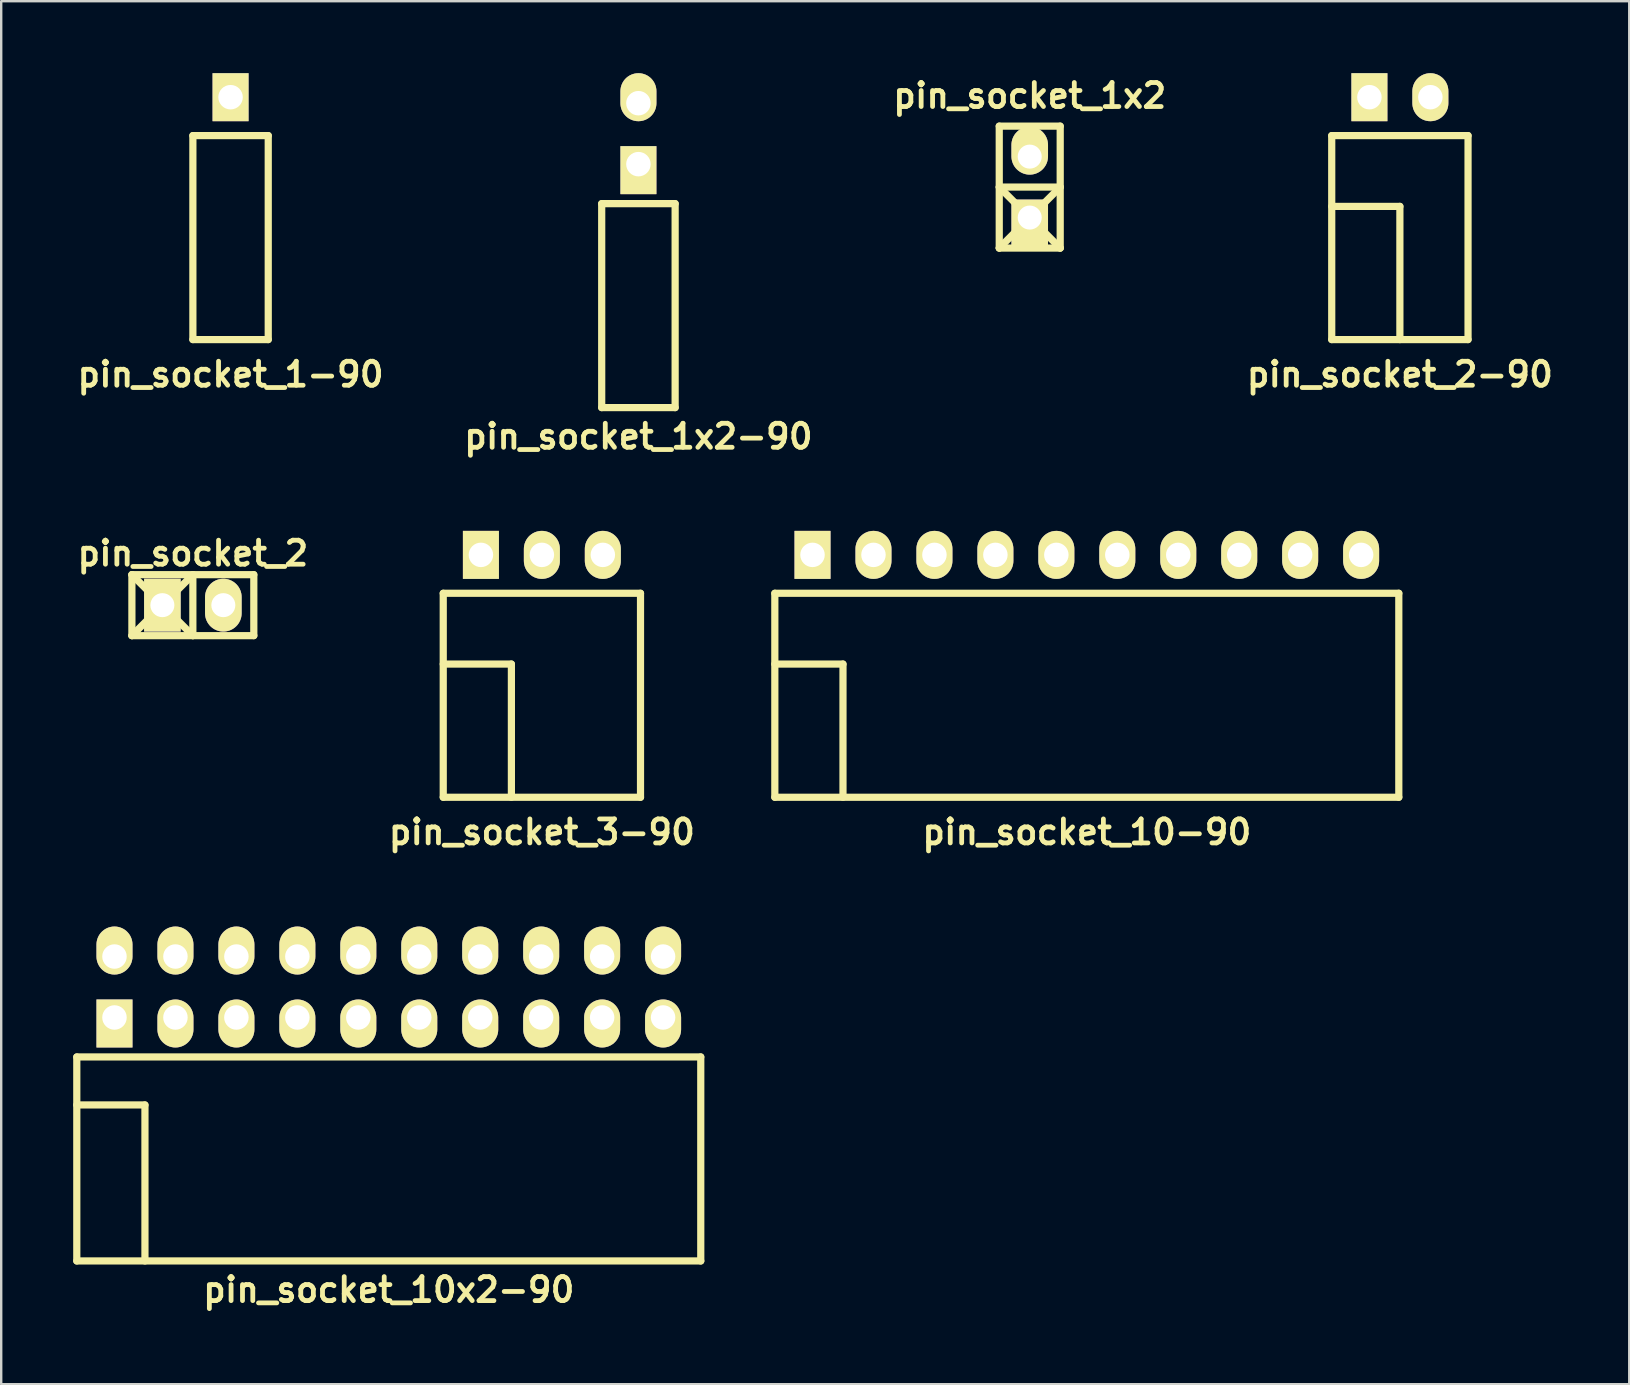
<source format=kicad_pcb>
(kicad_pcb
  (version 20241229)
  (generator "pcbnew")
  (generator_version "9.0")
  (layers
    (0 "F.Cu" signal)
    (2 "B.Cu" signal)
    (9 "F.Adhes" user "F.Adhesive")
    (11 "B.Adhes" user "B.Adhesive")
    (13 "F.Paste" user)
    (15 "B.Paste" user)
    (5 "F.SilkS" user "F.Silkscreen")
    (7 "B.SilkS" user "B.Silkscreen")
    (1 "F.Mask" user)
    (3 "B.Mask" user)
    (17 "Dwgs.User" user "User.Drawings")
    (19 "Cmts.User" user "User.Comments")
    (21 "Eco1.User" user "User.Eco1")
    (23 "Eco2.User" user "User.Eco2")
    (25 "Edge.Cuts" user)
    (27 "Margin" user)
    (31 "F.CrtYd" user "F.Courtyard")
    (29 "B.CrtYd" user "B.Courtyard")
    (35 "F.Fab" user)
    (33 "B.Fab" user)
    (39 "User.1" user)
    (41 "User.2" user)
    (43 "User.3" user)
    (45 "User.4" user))
  (footprint "pin_socket_2"
    (layer "F.Cu")
    (at 4.986 22.166)
    (property "Reference" "pin_socket_2" (at 0 -2.159 0) (layer "F.SilkS") (effects (font (size 1 1) (thickness 0.2))))
    (attr through_hole)
    (fp_line (start -2.54 -1.27) (end 2.54 -1.27) (stroke (width 0.3) (type solid)) (layer "F.SilkS"))
    (fp_line (start -2.54 1.27) (end -2.54 -1.27) (stroke (width 0.3) (type solid)) (layer "F.SilkS"))
    (fp_line (start -2.54 1.27) (end 0 -1.27) (stroke (width 0.3) (type solid)) (layer "F.SilkS"))
    (fp_line (start 0 -1.27) (end 0 1.27) (stroke (width 0.3) (type solid)) (layer "F.SilkS"))
    (fp_line (start 0 1.27) (end -2.54 -1.27) (stroke (width 0.3) (type solid)) (layer "F.SilkS"))
    (fp_line (start 2.54 -1.27) (end 2.54 1.27) (stroke (width 0.3) (type solid)) (layer "F.SilkS"))
    (fp_line (start 2.54 1.27) (end -2.54 1.27) (stroke (width 0.3) (type solid)) (layer "F.SilkS"))
    (pad "1" thru_hole rect (at -1.27 0) (size 1.524 2.2) (drill 1.001) (layers "*.Cu" "*.Mask" "F.SilkS"))
    (pad "2" thru_hole oval (at 1.27 0) (size 1.524 2.2) (drill 1.001) (layers "*.Cu" "*.Mask" "F.SilkS")))
  (footprint "pin_socket_1x2-90"
    (layer "F.Cu")
    (at 23.552 7.435)
    (property "Reference" "pin_socket_1x2-90" (at 0 7.7 0) (layer "F.SilkS") (effects (font (size 1 1) (thickness 0.2))))
    (attr through_hole)
    (fp_line (start -1.53 -2) (end -1.53 6.5) (stroke (width 0.3) (type solid)) (layer "F.SilkS"))
    (fp_line (start -1.53 -2) (end 1.53 -2) (stroke (width 0.3) (type solid)) (layer "F.SilkS"))
    (fp_line (start -1.53 6.5) (end 1.53 6.5) (stroke (width 0.3) (type solid)) (layer "F.SilkS"))
    (fp_line (start 1.53 -2) (end 1.53 6.5) (stroke (width 0.3) (type solid)) (layer "F.SilkS"))
    (pad "1" thru_hole rect (at 0 -3.645) (size 1.5 2) (drill 1.02 (offset 0 0.25)) (layers "*.Cu" "*.Mask" "F.SilkS"))
    (pad "2" thru_hole oval (at 0 -6.185) (size 1.5 2) (drill 1.02 (offset 0 -0.25)) (layers "*.Cu" "*.Mask" "F.SilkS")))
  (footprint "pin_socket_1-90"
    (layer "F.Cu")
    (at 6.557 5.55)
    (property "Reference" "pin_socket_1-90" (at 0 7 0) (layer "F.SilkS") (effects (font (size 1 1) (thickness 0.2))))
    (attr through_hole)
    (fp_line (start -1.57 -2.95) (end -1.57 5.55) (stroke (width 0.3) (type solid)) (layer "F.SilkS"))
    (fp_line (start -1.57 -2.95) (end 1.57 -2.95) (stroke (width 0.3) (type solid)) (layer "F.SilkS"))
    (fp_line (start -1.57 5.55) (end 1.57 5.55) (stroke (width 0.3) (type solid)) (layer "F.SilkS"))
    (fp_line (start 1.57 -2.95) (end 1.57 5.55) (stroke (width 0.3) (type solid)) (layer "F.SilkS"))
    (pad "1" thru_hole rect (at 0 -4.55) (size 1.5 2) (drill 1.02) (layers "*.Cu" "*.Mask" "F.SilkS")))
  (footprint "pin_socket_10x2-90"
    (layer "F.Cu")
    (at 13.15 42.992)
    (property "Reference" "pin_socket_10x2-90" (at 0 7.7 0) (layer "F.SilkS") (effects (font (size 1 1) (thickness 0.2))))
    (attr through_hole)
    (fp_line (start -13 -2) (end -13 6.5) (stroke (width 0.3) (type solid)) (layer "F.SilkS"))
    (fp_line (start -13 -2) (end 13 -2) (stroke (width 0.3) (type solid)) (layer "F.SilkS"))
    (fp_line (start -13 0) (end -10.16 0) (stroke (width 0.3) (type solid)) (layer "F.SilkS"))
    (fp_line (start -13 6.5) (end 13 6.5) (stroke (width 0.3) (type solid)) (layer "F.SilkS"))
    (fp_line (start -10.16 0) (end -10.16 6.5) (stroke (width 0.3) (type solid)) (layer "F.SilkS"))
    (fp_line (start 13 -2) (end 13 6.5) (stroke (width 0.3) (type solid)) (layer "F.SilkS"))
    (pad "1" thru_hole rect (at -11.43 -3.645) (size 1.5 2) (drill 1.02 (offset 0 0.25)) (layers "*.Cu" "*.Mask" "F.SilkS"))
    (pad "2" thru_hole oval (at -11.43 -6.185) (size 1.5 2) (drill 1.02 (offset 0 -0.25)) (layers "*.Cu" "*.Mask" "F.SilkS"))
    (pad "3" thru_hole oval (at -8.89 -3.645) (size 1.5 2) (drill 1.02 (offset 0 0.25)) (layers "*.Cu" "*.Mask" "F.SilkS"))
    (pad "4" thru_hole oval (at -8.89 -6.185) (size 1.5 2) (drill 1.02 (offset 0 -0.25)) (layers "*.Cu" "*.Mask" "F.SilkS"))
    (pad "5" thru_hole oval (at -6.35 -3.645) (size 1.5 2) (drill 1.02 (offset 0 0.25)) (layers "*.Cu" "*.Mask" "F.SilkS"))
    (pad "6" thru_hole oval (at -6.35 -6.185) (size 1.5 2) (drill 1.02 (offset 0 -0.25)) (layers "*.Cu" "*.Mask" "F.SilkS"))
    (pad "7" thru_hole oval (at -3.81 -3.645) (size 1.5 2) (drill 1.02 (offset 0 0.25)) (layers "*.Cu" "*.Mask" "F.SilkS"))
    (pad "8" thru_hole oval (at -3.81 -6.185) (size 1.5 2) (drill 1.02 (offset 0 -0.25)) (layers "*.Cu" "*.Mask" "F.SilkS"))
    (pad "9" thru_hole oval (at -1.27 -3.645) (size 1.5 2) (drill 1.02 (offset 0 0.25)) (layers "*.Cu" "*.Mask" "F.SilkS"))
    (pad "10" thru_hole oval (at -1.27 -6.185) (size 1.5 2) (drill 1.02 (offset 0 -0.25)) (layers "*.Cu" "*.Mask" "F.SilkS"))
    (pad "11" thru_hole oval (at 1.27 -3.645) (size 1.5 2) (drill 1.02 (offset 0 0.25)) (layers "*.Cu" "*.Mask" "F.SilkS"))
    (pad "12" thru_hole oval (at 1.27 -6.185) (size 1.5 2) (drill 1.02 (offset 0 -0.25)) (layers "*.Cu" "*.Mask" "F.SilkS"))
    (pad "13" thru_hole oval (at 3.81 -3.645) (size 1.5 2) (drill 1.02 (offset 0 0.25)) (layers "*.Cu" "*.Mask" "F.SilkS"))
    (pad "14" thru_hole oval (at 3.81 -6.185) (size 1.5 2) (drill 1.02 (offset 0 -0.25)) (layers "*.Cu" "*.Mask" "F.SilkS"))
    (pad "15" thru_hole oval (at 6.35 -3.645) (size 1.5 2) (drill 1.02 (offset 0 0.25)) (layers "*.Cu" "*.Mask" "F.SilkS"))
    (pad "16" thru_hole oval (at 6.35 -6.185) (size 1.5 2) (drill 1.02 (offset 0 -0.25)) (layers "*.Cu" "*.Mask" "F.SilkS"))
    (pad "17" thru_hole oval (at 8.89 -3.645) (size 1.5 2) (drill 1.02 (offset 0 0.25)) (layers "*.Cu" "*.Mask" "F.SilkS"))
    (pad "18" thru_hole oval (at 8.89 -6.185) (size 1.5 2) (drill 1.02 (offset 0 -0.25)) (layers "*.Cu" "*.Mask" "F.SilkS"))
    (pad "19" thru_hole oval (at 11.43 -3.645) (size 1.5 2) (drill 1.02 (offset 0 0.25)) (layers "*.Cu" "*.Mask" "F.SilkS"))
    (pad "20" thru_hole oval (at 11.43 -6.185) (size 1.5 2) (drill 1.02 (offset 0 -0.25)) (layers "*.Cu" "*.Mask" "F.SilkS")))
  (footprint "pin_socket_1x2"
    (layer "F.Cu")
    (at 39.857 4.746)
    (property "Reference" "pin_socket_1x2" (at 0 -3.81 0) (layer "F.SilkS") (effects (font (size 1 1) (thickness 0.2))))
    (attr through_hole)
    (fp_line (start -1.27 -2.54) (end -1.27 2.54) (stroke (width 0.3) (type solid)) (layer "F.SilkS"))
    (fp_line (start -1.27 -2.54) (end 1.27 -2.54) (stroke (width 0.3) (type solid)) (layer "F.SilkS"))
    (fp_line (start -1.27 0) (end 1.27 0) (stroke (width 0.3) (type solid)) (layer "F.SilkS"))
    (fp_line (start -1.27 0) (end 1.27 2.54) (stroke (width 0.3) (type solid)) (layer "F.SilkS"))
    (fp_line (start 1.27 -2.54) (end 1.27 2.54) (stroke (width 0.3) (type solid)) (layer "F.SilkS"))
    (fp_line (start 1.27 0) (end -1.27 2.54) (stroke (width 0.3) (type solid)) (layer "F.SilkS"))
    (fp_line (start 1.27 2.54) (end -1.27 2.54) (stroke (width 0.3) (type solid)) (layer "F.SilkS"))
    (pad "1" thru_hole rect (at 0 1.27) (size 1.524 1.999) (drill 1.001 (offset 0 0.249)) (layers "*.Cu" "*.Mask" "F.SilkS"))
    (pad "2" thru_hole oval (at 0 -1.27) (size 1.524 1.999) (drill 1.001 (offset 0 -0.249)) (layers "*.Cu" "*.Mask" "F.SilkS")))
  (footprint "pin_socket_2-90"
    (layer "F.Cu")
    (at 55.281 5.55)
    (property "Reference" "pin_socket_2-90" (at 0 7 0) (layer "F.SilkS") (effects (font (size 1 1) (thickness 0.2))))
    (attr through_hole)
    (fp_line (start -2.84 -2.95) (end -2.84 5.55) (stroke (width 0.3) (type solid)) (layer "F.SilkS"))
    (fp_line (start -2.84 -2.95) (end 2.84 -2.95) (stroke (width 0.3) (type solid)) (layer "F.SilkS"))
    (fp_line (start -2.84 0) (end 0 0) (stroke (width 0.3) (type solid)) (layer "F.SilkS"))
    (fp_line (start -2.84 5.55) (end 2.84 5.55) (stroke (width 0.3) (type solid)) (layer "F.SilkS"))
    (fp_line (start 0 0) (end 0 5.55) (stroke (width 0.3) (type solid)) (layer "F.SilkS"))
    (fp_line (start 2.84 -2.95) (end 2.84 5.55) (stroke (width 0.3) (type solid)) (layer "F.SilkS"))
    (pad "1" thru_hole rect (at -1.27 -4.55) (size 1.5 2) (drill 1.02) (layers "*.Cu" "*.Mask" "F.SilkS"))
    (pad "2" thru_hole oval (at 1.27 -4.55) (size 1.5 2) (drill 1.02) (layers "*.Cu" "*.Mask" "F.SilkS")))
  (footprint "pin_socket_10-90"
    (layer "F.Cu")
    (at 42.236 24.621)
    (property "Reference" "pin_socket_10-90" (at 0 7 0) (layer "F.SilkS") (effects (font (size 1 1) (thickness 0.2))))
    (attr through_hole)
    (fp_line (start -13 -2.95) (end -13 5.55) (stroke (width 0.3) (type solid)) (layer "F.SilkS"))
    (fp_line (start -13 -2.95) (end 13 -2.95) (stroke (width 0.3) (type solid)) (layer "F.SilkS"))
    (fp_line (start -13 0) (end -10.16 0) (stroke (width 0.3) (type solid)) (layer "F.SilkS"))
    (fp_line (start -13 5.55) (end 13 5.55) (stroke (width 0.3) (type solid)) (layer "F.SilkS"))
    (fp_line (start -10.16 0) (end -10.16 5.55) (stroke (width 0.3) (type solid)) (layer "F.SilkS"))
    (fp_line (start 13 -2.95) (end 13 5.55) (stroke (width 0.3) (type solid)) (layer "F.SilkS"))
    (pad "1" thru_hole rect (at -11.43 -4.55) (size 1.5 2) (drill 1.02) (layers "*.Cu" "*.Mask" "F.SilkS"))
    (pad "2" thru_hole oval (at -8.89 -4.55) (size 1.5 2) (drill 1.02) (layers "*.Cu" "*.Mask" "F.SilkS"))
    (pad "3" thru_hole oval (at -6.35 -4.55) (size 1.5 2) (drill 1.02) (layers "*.Cu" "*.Mask" "F.SilkS"))
    (pad "4" thru_hole oval (at -3.81 -4.55) (size 1.5 2) (drill 1.02) (layers "*.Cu" "*.Mask" "F.SilkS"))
    (pad "5" thru_hole oval (at -1.27 -4.55) (size 1.5 2) (drill 1.02) (layers "*.Cu" "*.Mask" "F.SilkS"))
    (pad "6" thru_hole oval (at 1.27 -4.55) (size 1.5 2) (drill 1.02) (layers "*.Cu" "*.Mask" "F.SilkS"))
    (pad "7" thru_hole oval (at 3.81 -4.55) (size 1.5 2) (drill 1.02) (layers "*.Cu" "*.Mask" "F.SilkS"))
    (pad "8" thru_hole oval (at 6.35 -4.55) (size 1.5 2) (drill 1.02) (layers "*.Cu" "*.Mask" "F.SilkS"))
    (pad "9" thru_hole oval (at 8.89 -4.55) (size 1.5 2) (drill 1.02) (layers "*.Cu" "*.Mask" "F.SilkS"))
    (pad "10" thru_hole oval (at 11.43 -4.55) (size 1.5 2) (drill 1.02) (layers "*.Cu" "*.Mask" "F.SilkS")))
  (footprint "pin_socket_3-90"
    (layer "F.Cu")
    (at 19.529 24.621)
    (property "Reference" "pin_socket_3-90" (at 0 7 0) (layer "F.SilkS") (effects (font (size 1 1) (thickness 0.2))))
    (attr through_hole)
    (fp_line (start -4.11 -2.95) (end -4.11 5.55) (stroke (width 0.3) (type solid)) (layer "F.SilkS"))
    (fp_line (start -4.11 -2.95) (end 4.11 -2.95) (stroke (width 0.3) (type solid)) (layer "F.SilkS"))
    (fp_line (start -4.11 0) (end -1.27 0) (stroke (width 0.3) (type solid)) (layer "F.SilkS"))
    (fp_line (start -4.11 5.55) (end 4.11 5.55) (stroke (width 0.3) (type solid)) (layer "F.SilkS"))
    (fp_line (start -1.27 0) (end -1.27 5.55) (stroke (width 0.3) (type solid)) (layer "F.SilkS"))
    (fp_line (start 4.11 -2.95) (end 4.11 5.55) (stroke (width 0.3) (type solid)) (layer "F.SilkS"))
    (pad "1" thru_hole rect (at -2.54 -4.55) (size 1.5 2) (drill 1.02) (layers "*.Cu" "*.Mask" "F.SilkS"))
    (pad "2" thru_hole oval (at 0 -4.55) (size 1.5 2) (drill 1.02) (layers "*.Cu" "*.Mask" "F.SilkS"))
    (pad "3" thru_hole oval (at 2.54 -4.55) (size 1.5 2) (drill 1.02) (layers "*.Cu" "*.Mask" "F.SilkS")))
  (gr_rect
    (start -3 -3)
    (end 64.838 54.628)
    (stroke (width 0.1) (type default))
    (fill no)
    (layer "Edge.Cuts")))
</source>
